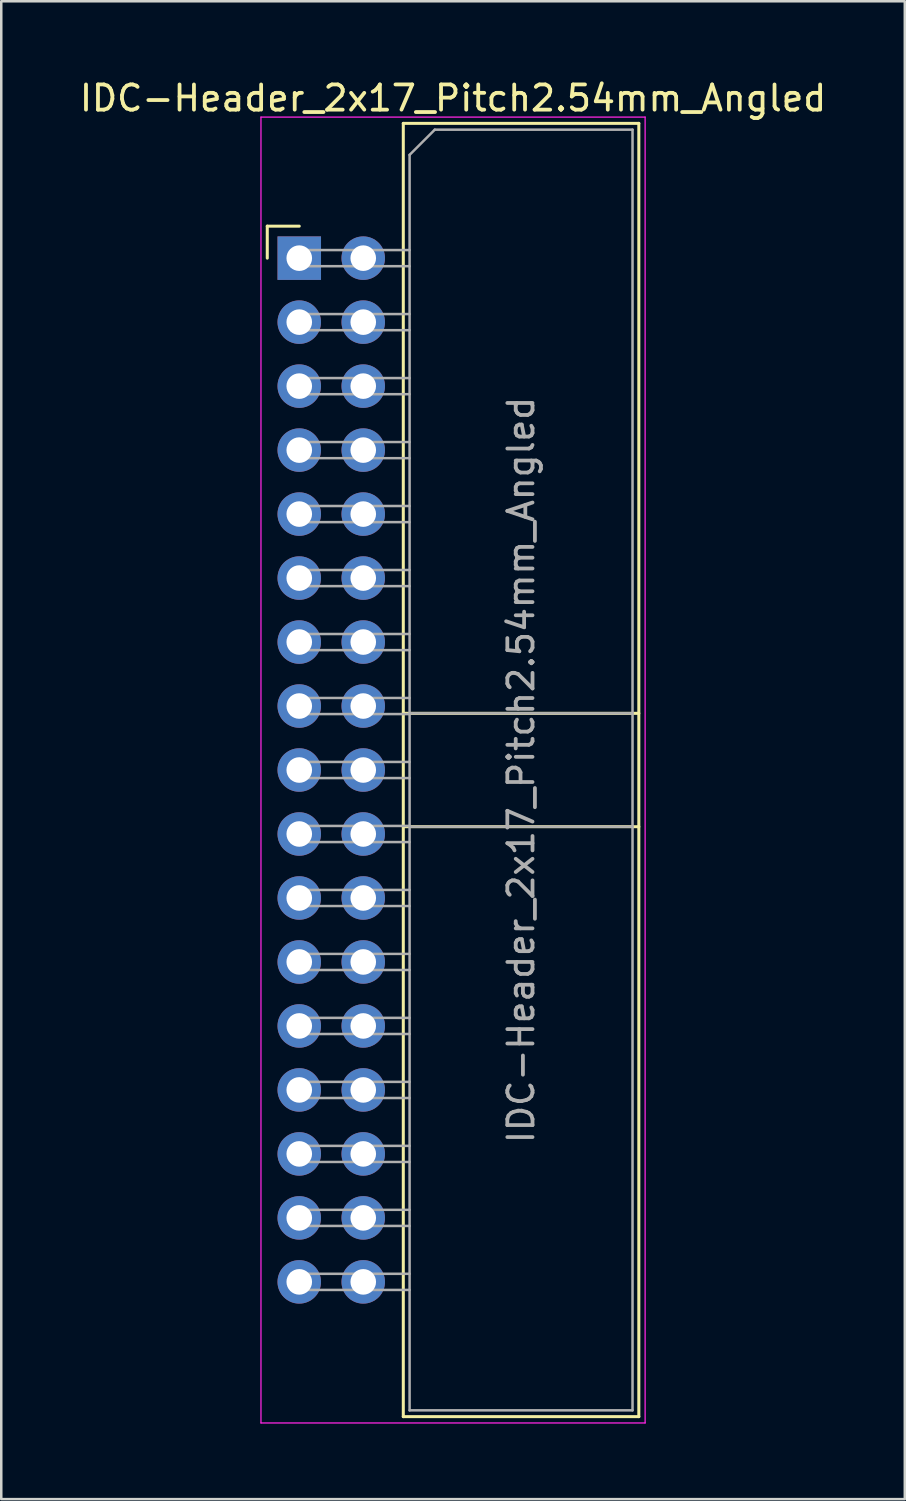
<source format=kicad_pcb>
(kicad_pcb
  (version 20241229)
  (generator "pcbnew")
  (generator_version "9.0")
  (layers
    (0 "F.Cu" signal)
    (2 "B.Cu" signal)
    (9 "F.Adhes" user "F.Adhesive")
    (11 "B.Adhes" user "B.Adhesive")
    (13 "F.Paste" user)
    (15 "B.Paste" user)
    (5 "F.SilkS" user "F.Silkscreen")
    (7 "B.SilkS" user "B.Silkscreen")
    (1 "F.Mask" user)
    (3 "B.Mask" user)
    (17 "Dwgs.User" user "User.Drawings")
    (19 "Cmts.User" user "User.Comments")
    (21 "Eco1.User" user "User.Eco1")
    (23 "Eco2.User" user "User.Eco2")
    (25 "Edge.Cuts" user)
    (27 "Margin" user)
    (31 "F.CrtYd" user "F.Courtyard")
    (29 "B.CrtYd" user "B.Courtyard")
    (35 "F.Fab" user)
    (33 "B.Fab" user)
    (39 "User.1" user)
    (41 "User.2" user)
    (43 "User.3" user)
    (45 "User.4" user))
  (footprint "IDC-Header_2x17_Pitch2.54mm_Angled"
    (layer "F.Cu")
    (at 8.83 7.198)
    (property "Reference" "IDC-Header_2x17_Pitch2.54mm_Angled" (at 6.105 -6.35 0) (layer "F.SilkS") (effects (font (size 1 1) (thickness 0.15))))
    (attr through_hole)
    (fp_line (start -1.27 -1.27) (end -1.27 0) (stroke (width 0.12) (type solid)) (layer "F.SilkS"))
    (fp_line (start 0 -1.27) (end -1.27 -1.27) (stroke (width 0.12) (type solid)) (layer "F.SilkS"))
    (fp_line (start 4.13 -5.35) (end 13.48 -5.35) (stroke (width 0.12) (type solid)) (layer "F.SilkS"))
    (fp_line (start 4.13 18.07) (end 13.48 18.07) (stroke (width 0.12) (type solid)) (layer "F.SilkS"))
    (fp_line (start 4.13 22.57) (end 13.48 22.57) (stroke (width 0.12) (type solid)) (layer "F.SilkS"))
    (fp_line (start 4.13 45.99) (end 4.13 -5.35) (stroke (width 0.12) (type solid)) (layer "F.SilkS"))
    (fp_line (start 4.13 45.99) (end 13.48 45.99) (stroke (width 0.12) (type solid)) (layer "F.SilkS"))
    (fp_line (start 13.48 -5.35) (end 13.48 45.99) (stroke (width 0.12) (type solid)) (layer "F.SilkS"))
    (fp_line (start -1.52 -5.6) (end 13.73 -5.6) (stroke (width 0.05) (type solid)) (layer "F.CrtYd"))
    (fp_line (start -1.52 46.24) (end -1.52 -5.6) (stroke (width 0.05) (type solid)) (layer "F.CrtYd"))
    (fp_line (start 13.73 -5.6) (end 13.73 46.24) (stroke (width 0.05) (type solid)) (layer "F.CrtYd"))
    (fp_line (start 13.73 46.24) (end -1.52 46.24) (stroke (width 0.05) (type solid)) (layer "F.CrtYd"))
    (fp_line (start -0.32 -0.32) (end -0.32 0.32) (stroke (width 0.1) (type solid)) (layer "F.Fab"))
    (fp_line (start -0.32 0.32) (end 4.38 0.32) (stroke (width 0.1) (type solid)) (layer "F.Fab"))
    (fp_line (start -0.32 2.22) (end -0.32 2.86) (stroke (width 0.1) (type solid)) (layer "F.Fab"))
    (fp_line (start -0.32 2.86) (end 4.38 2.86) (stroke (width 0.1) (type solid)) (layer "F.Fab"))
    (fp_line (start -0.32 4.76) (end -0.32 5.4) (stroke (width 0.1) (type solid)) (layer "F.Fab"))
    (fp_line (start -0.32 5.4) (end 4.38 5.4) (stroke (width 0.1) (type solid)) (layer "F.Fab"))
    (fp_line (start -0.32 7.3) (end -0.32 7.94) (stroke (width 0.1) (type solid)) (layer "F.Fab"))
    (fp_line (start -0.32 7.94) (end 4.38 7.94) (stroke (width 0.1) (type solid)) (layer "F.Fab"))
    (fp_line (start -0.32 9.84) (end -0.32 10.48) (stroke (width 0.1) (type solid)) (layer "F.Fab"))
    (fp_line (start -0.32 10.48) (end 4.38 10.48) (stroke (width 0.1) (type solid)) (layer "F.Fab"))
    (fp_line (start -0.32 12.38) (end -0.32 13.02) (stroke (width 0.1) (type solid)) (layer "F.Fab"))
    (fp_line (start -0.32 13.02) (end 4.38 13.02) (stroke (width 0.1) (type solid)) (layer "F.Fab"))
    (fp_line (start -0.32 14.92) (end -0.32 15.56) (stroke (width 0.1) (type solid)) (layer "F.Fab"))
    (fp_line (start -0.32 15.56) (end 4.38 15.56) (stroke (width 0.1) (type solid)) (layer "F.Fab"))
    (fp_line (start -0.32 17.46) (end -0.32 18.1) (stroke (width 0.1) (type solid)) (layer "F.Fab"))
    (fp_line (start -0.32 18.1) (end 4.38 18.1) (stroke (width 0.1) (type solid)) (layer "F.Fab"))
    (fp_line (start -0.32 20) (end -0.32 20.64) (stroke (width 0.1) (type solid)) (layer "F.Fab"))
    (fp_line (start -0.32 20.64) (end 4.38 20.64) (stroke (width 0.1) (type solid)) (layer "F.Fab"))
    (fp_line (start -0.32 22.54) (end -0.32 23.18) (stroke (width 0.1) (type solid)) (layer "F.Fab"))
    (fp_line (start -0.32 23.18) (end 4.38 23.18) (stroke (width 0.1) (type solid)) (layer "F.Fab"))
    (fp_line (start -0.32 25.08) (end -0.32 25.72) (stroke (width 0.1) (type solid)) (layer "F.Fab"))
    (fp_line (start -0.32 25.72) (end 4.38 25.72) (stroke (width 0.1) (type solid)) (layer "F.Fab"))
    (fp_line (start -0.32 27.62) (end -0.32 28.26) (stroke (width 0.1) (type solid)) (layer "F.Fab"))
    (fp_line (start -0.32 28.26) (end 4.38 28.26) (stroke (width 0.1) (type solid)) (layer "F.Fab"))
    (fp_line (start -0.32 30.16) (end -0.32 30.8) (stroke (width 0.1) (type solid)) (layer "F.Fab"))
    (fp_line (start -0.32 30.8) (end 4.38 30.8) (stroke (width 0.1) (type solid)) (layer "F.Fab"))
    (fp_line (start -0.32 32.7) (end -0.32 33.34) (stroke (width 0.1) (type solid)) (layer "F.Fab"))
    (fp_line (start -0.32 33.34) (end 4.38 33.34) (stroke (width 0.1) (type solid)) (layer "F.Fab"))
    (fp_line (start -0.32 35.24) (end -0.32 35.88) (stroke (width 0.1) (type solid)) (layer "F.Fab"))
    (fp_line (start -0.32 35.88) (end 4.38 35.88) (stroke (width 0.1) (type solid)) (layer "F.Fab"))
    (fp_line (start -0.32 37.78) (end -0.32 38.42) (stroke (width 0.1) (type solid)) (layer "F.Fab"))
    (fp_line (start -0.32 38.42) (end 4.38 38.42) (stroke (width 0.1) (type solid)) (layer "F.Fab"))
    (fp_line (start -0.32 40.32) (end -0.32 40.96) (stroke (width 0.1) (type solid)) (layer "F.Fab"))
    (fp_line (start -0.32 40.96) (end 4.38 40.96) (stroke (width 0.1) (type solid)) (layer "F.Fab"))
    (fp_line (start 4.38 -4.1) (end 5.38 -5.1) (stroke (width 0.1) (type solid)) (layer "F.Fab"))
    (fp_line (start 4.38 -0.32) (end -0.32 -0.32) (stroke (width 0.1) (type solid)) (layer "F.Fab"))
    (fp_line (start 4.38 2.22) (end -0.32 2.22) (stroke (width 0.1) (type solid)) (layer "F.Fab"))
    (fp_line (start 4.38 4.76) (end -0.32 4.76) (stroke (width 0.1) (type solid)) (layer "F.Fab"))
    (fp_line (start 4.38 7.3) (end -0.32 7.3) (stroke (width 0.1) (type solid)) (layer "F.Fab"))
    (fp_line (start 4.38 9.84) (end -0.32 9.84) (stroke (width 0.1) (type solid)) (layer "F.Fab"))
    (fp_line (start 4.38 12.38) (end -0.32 12.38) (stroke (width 0.1) (type solid)) (layer "F.Fab"))
    (fp_line (start 4.38 14.92) (end -0.32 14.92) (stroke (width 0.1) (type solid)) (layer "F.Fab"))
    (fp_line (start 4.38 17.46) (end -0.32 17.46) (stroke (width 0.1) (type solid)) (layer "F.Fab"))
    (fp_line (start 4.38 18.07) (end 13.23 18.07) (stroke (width 0.1) (type solid)) (layer "F.Fab"))
    (fp_line (start 4.38 20) (end -0.32 20) (stroke (width 0.1) (type solid)) (layer "F.Fab"))
    (fp_line (start 4.38 22.54) (end -0.32 22.54) (stroke (width 0.1) (type solid)) (layer "F.Fab"))
    (fp_line (start 4.38 22.57) (end 13.23 22.57) (stroke (width 0.1) (type solid)) (layer "F.Fab"))
    (fp_line (start 4.38 25.08) (end -0.32 25.08) (stroke (width 0.1) (type solid)) (layer "F.Fab"))
    (fp_line (start 4.38 27.62) (end -0.32 27.62) (stroke (width 0.1) (type solid)) (layer "F.Fab"))
    (fp_line (start 4.38 30.16) (end -0.32 30.16) (stroke (width 0.1) (type solid)) (layer "F.Fab"))
    (fp_line (start 4.38 32.7) (end -0.32 32.7) (stroke (width 0.1) (type solid)) (layer "F.Fab"))
    (fp_line (start 4.38 35.24) (end -0.32 35.24) (stroke (width 0.1) (type solid)) (layer "F.Fab"))
    (fp_line (start 4.38 37.78) (end -0.32 37.78) (stroke (width 0.1) (type solid)) (layer "F.Fab"))
    (fp_line (start 4.38 40.32) (end -0.32 40.32) (stroke (width 0.1) (type solid)) (layer "F.Fab"))
    (fp_line (start 4.38 45.74) (end 4.38 -4.1) (stroke (width 0.1) (type solid)) (layer "F.Fab"))
    (fp_line (start 4.38 45.74) (end 13.23 45.74) (stroke (width 0.1) (type solid)) (layer "F.Fab"))
    (fp_line (start 5.38 -5.1) (end 13.23 -5.1) (stroke (width 0.1) (type solid)) (layer "F.Fab"))
    (fp_line (start 13.23 45.74) (end 13.23 -5.1) (stroke (width 0.1) (type solid)) (layer "F.Fab"))
    (fp_text user "${REFERENCE}" (at 8.805 20.32 90) (layer "F.Fab") (effects (font (size 1 1) (thickness 0.15))))
    (pad "1" thru_hole rect (at 0 0) (size 1.727 1.727) (drill 1.016) (layers "*.Cu" "*.Mask"))
    (pad "2" thru_hole oval (at 2.54 0) (size 1.727 1.727) (drill 1.016) (layers "*.Cu" "*.Mask"))
    (pad "3" thru_hole oval (at 0 2.54) (size 1.727 1.727) (drill 1.016) (layers "*.Cu" "*.Mask"))
    (pad "4" thru_hole oval (at 2.54 2.54) (size 1.727 1.727) (drill 1.016) (layers "*.Cu" "*.Mask"))
    (pad "5" thru_hole oval (at 0 5.08) (size 1.727 1.727) (drill 1.016) (layers "*.Cu" "*.Mask"))
    (pad "6" thru_hole oval (at 2.54 5.08) (size 1.727 1.727) (drill 1.016) (layers "*.Cu" "*.Mask"))
    (pad "7" thru_hole oval (at 0 7.62) (size 1.727 1.727) (drill 1.016) (layers "*.Cu" "*.Mask"))
    (pad "8" thru_hole oval (at 2.54 7.62) (size 1.727 1.727) (drill 1.016) (layers "*.Cu" "*.Mask"))
    (pad "9" thru_hole oval (at 0 10.16) (size 1.727 1.727) (drill 1.016) (layers "*.Cu" "*.Mask"))
    (pad "10" thru_hole oval (at 2.54 10.16) (size 1.727 1.727) (drill 1.016) (layers "*.Cu" "*.Mask"))
    (pad "11" thru_hole oval (at 0 12.7) (size 1.727 1.727) (drill 1.016) (layers "*.Cu" "*.Mask"))
    (pad "12" thru_hole oval (at 2.54 12.7) (size 1.727 1.727) (drill 1.016) (layers "*.Cu" "*.Mask"))
    (pad "13" thru_hole oval (at 0 15.24) (size 1.727 1.727) (drill 1.016) (layers "*.Cu" "*.Mask"))
    (pad "14" thru_hole oval (at 2.54 15.24) (size 1.727 1.727) (drill 1.016) (layers "*.Cu" "*.Mask"))
    (pad "15" thru_hole oval (at 0 17.78) (size 1.727 1.727) (drill 1.016) (layers "*.Cu" "*.Mask"))
    (pad "16" thru_hole oval (at 2.54 17.78) (size 1.727 1.727) (drill 1.016) (layers "*.Cu" "*.Mask"))
    (pad "17" thru_hole oval (at 0 20.32) (size 1.727 1.727) (drill 1.016) (layers "*.Cu" "*.Mask"))
    (pad "18" thru_hole oval (at 2.54 20.32) (size 1.727 1.727) (drill 1.016) (layers "*.Cu" "*.Mask"))
    (pad "19" thru_hole oval (at 0 22.86) (size 1.727 1.727) (drill 1.016) (layers "*.Cu" "*.Mask"))
    (pad "20" thru_hole oval (at 2.54 22.86) (size 1.727 1.727) (drill 1.016) (layers "*.Cu" "*.Mask"))
    (pad "21" thru_hole oval (at 0 25.4) (size 1.727 1.727) (drill 1.016) (layers "*.Cu" "*.Mask"))
    (pad "22" thru_hole oval (at 2.54 25.4) (size 1.727 1.727) (drill 1.016) (layers "*.Cu" "*.Mask"))
    (pad "23" thru_hole oval (at 0 27.94) (size 1.727 1.727) (drill 1.016) (layers "*.Cu" "*.Mask"))
    (pad "24" thru_hole oval (at 2.54 27.94) (size 1.727 1.727) (drill 1.016) (layers "*.Cu" "*.Mask"))
    (pad "25" thru_hole oval (at 0 30.48) (size 1.727 1.727) (drill 1.016) (layers "*.Cu" "*.Mask"))
    (pad "26" thru_hole oval (at 2.54 30.48) (size 1.727 1.727) (drill 1.016) (layers "*.Cu" "*.Mask"))
    (pad "27" thru_hole oval (at 0 33.02) (size 1.727 1.727) (drill 1.016) (layers "*.Cu" "*.Mask"))
    (pad "28" thru_hole oval (at 2.54 33.02) (size 1.727 1.727) (drill 1.016) (layers "*.Cu" "*.Mask"))
    (pad "29" thru_hole oval (at 0 35.56) (size 1.727 1.727) (drill 1.016) (layers "*.Cu" "*.Mask"))
    (pad "30" thru_hole oval (at 2.54 35.56) (size 1.727 1.727) (drill 1.016) (layers "*.Cu" "*.Mask"))
    (pad "31" thru_hole oval (at 0 38.1) (size 1.727 1.727) (drill 1.016) (layers "*.Cu" "*.Mask"))
    (pad "32" thru_hole oval (at 2.54 38.1) (size 1.727 1.727) (drill 1.016) (layers "*.Cu" "*.Mask"))
    (pad "33" thru_hole oval (at 0 40.64) (size 1.727 1.727) (drill 1.016) (layers "*.Cu" "*.Mask"))
    (pad "34" thru_hole oval (at 2.54 40.64) (size 1.727 1.727) (drill 1.016) (layers "*.Cu" "*.Mask")))
  (gr_rect
    (start -3 -3)
    (end 32.869 56.463)
    (stroke (width 0.1) (type default))
    (fill no)
    (layer "Edge.Cuts")))
</source>
